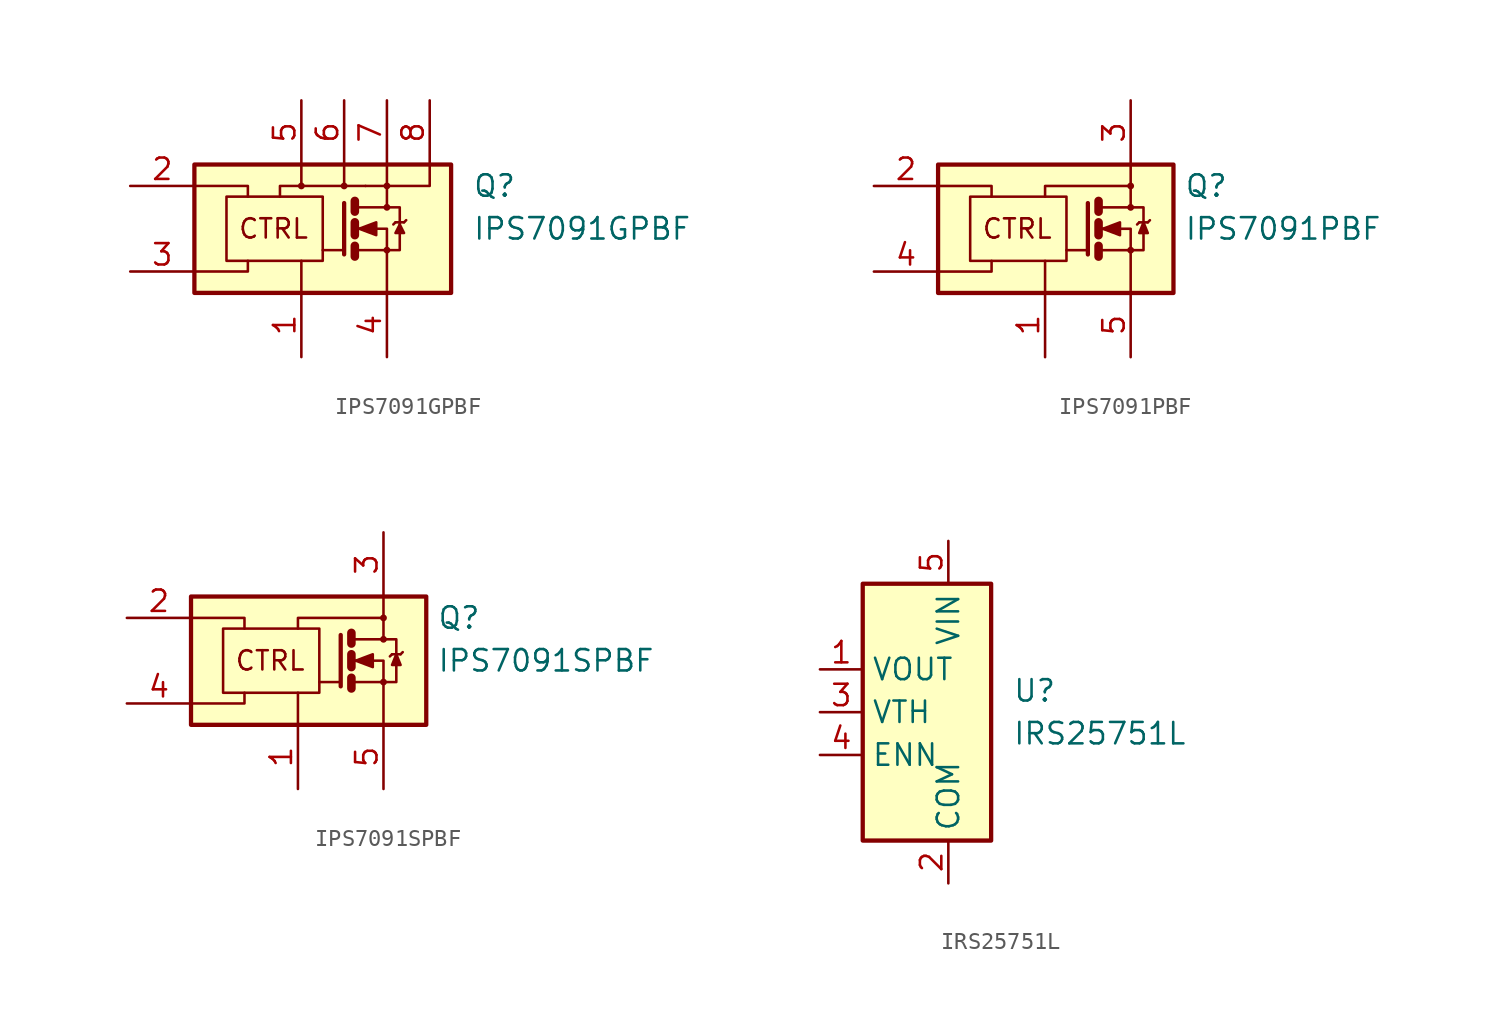
<source format=kicad_sym>
(kicad_symbol_lib
  (version 20231120)
  (generator "kicad_symbol_editor")
  (generator_version "8.0")
  (symbol "IPS7091GPBF"
    (pin_names
      (offset 0) hide)
    (property "Reference" "Q"
      (at 10.16 2.54 0)
      (effects (font (size 1.27 1.27)) (justify left)))
    (property "Value" "IPS7091GPBF"
      (at 10.16 0 0)
      (effects (font (size 1.27 1.27)) (justify left)))
    (symbol "IPS7091GPBF_0_0"
      (rectangle (start -6.35 3.81) (end 8.89 -3.81) (stroke (width 0.254) (type default)) (fill (type background)))
      (polyline (pts (xy 0 -3.81) (xy 0 -1.905)) (stroke (width 0) (type default)) (fill (type none)))
      (polyline (pts (xy 0 2.54) (xy 0 3.81)) (stroke (width 0) (type default)) (fill (type none)))
      (polyline (pts (xy 2.54 2.54) (xy 2.54 3.81)) (stroke (width 0) (type default)) (fill (type none)))
      (polyline (pts (xy -6.35 -2.54) (xy -3.175 -2.54) (xy -3.175 -1.905)) (stroke (width 0) (type default)) (fill (type none)))
      (polyline (pts (xy -6.35 2.54) (xy -3.175 2.54) (xy -3.175 1.905)) (stroke (width 0) (type default)) (fill (type none)))
      (polyline (pts (xy -1.27 1.905) (xy -1.27 2.54) (xy 3.81 2.54)) (stroke (width 0) (type default)) (fill (type none)))
      (polyline (pts (xy 3.81 2.54) (xy 5.08 2.54) (xy 5.08 3.81)) (stroke (width 0) (type default)) (fill (type none)))
      (circle (center 0 2.54) (radius 0.127) (stroke (width 0) (type default)) (fill (type none)))
      (circle (center 2.54 2.54) (radius 0.127) (stroke (width 0) (type default)) (fill (type none)))
      (circle (center 5.08 2.54) (radius 0.127) (stroke (width 0) (type default)) (fill (type none)))
      (text "CTRL" (at -1.651 0 0) (effects (font (size 1.143 1.143)))))
    (symbol "IPS7091GPBF_0_1"
      (rectangle (start -4.445 1.905) (end 1.27 -1.905) (stroke (width 0) (type default)) (fill (type none)))
      (polyline (pts (xy 2.54 -1.27) (xy 1.27 -1.27)) (stroke (width 0) (type default)) (fill (type none)))
      (polyline (pts (xy 3.175 -1.016) (xy 3.175 -1.651)) (stroke (width 0.508) (type default)) (fill (type none)))
      (polyline (pts (xy 3.175 0.381) (xy 3.175 -0.381)) (stroke (width 0.508) (type default)) (fill (type none)))
      (polyline (pts (xy 3.175 1.651) (xy 3.175 1.016)) (stroke (width 0.508) (type default)) (fill (type none)))
      (polyline (pts (xy 3.302 -1.27) (xy 5.08 -1.27)) (stroke (width 0) (type default)) (fill (type none)))
      (polyline (pts (xy 3.302 1.27) (xy 5.08 1.27)) (stroke (width 0) (type default)) (fill (type none)))
      (polyline (pts (xy 5.08 1.27) (xy 5.08 2.54)) (stroke (width 0) (type default)) (fill (type none)))
      (polyline (pts (xy 5.588 0.381) (xy 5.461 0.254)) (stroke (width 0) (type default)) (fill (type none)))
      (polyline (pts (xy 5.588 0.381) (xy 6.096 0.381)) (stroke (width 0) (type default)) (fill (type none)))
      (polyline (pts (xy 6.096 0.381) (xy 6.223 0.508)) (stroke (width 0) (type default)) (fill (type none)))
      (polyline (pts (xy 2.54 1.524) (xy 2.54 -1.524) (xy 2.54 -1.524)) (stroke (width 0.254) (type default)) (fill (type none)))
      (polyline (pts (xy 3.302 0) (xy 5.08 0) (xy 5.08 -3.81)) (stroke (width 0) (type default)) (fill (type none)))
      (polyline (pts (xy 5.08 2.54) (xy 7.62 2.54) (xy 7.62 3.81)) (stroke (width 0) (type default)) (fill (type none)))
      (polyline (pts (xy 5.08 1.27) (xy 5.842 1.27) (xy 5.842 -1.27) (xy 5.08 -1.27)) (stroke (width 0) (type default)) (fill (type none)))
      (polyline (pts (xy 5.842 0.254) (xy 5.588 -0.254) (xy 6.096 -0.254) (xy 5.842 0.254)) (stroke (width 0) (type default)) (fill (type outline)))
      (polyline (pts (xy 3.429 0) (xy 4.445 0.381) (xy 4.445 -0.381) (xy 3.429 0) (xy 3.556 0) (xy 3.556 0)) (stroke (width 0) (type default)) (fill (type outline)))
      (circle (center 5.08 -1.27) (radius 0.127) (stroke (width 0) (type default)) (fill (type none)))
      (circle (center 5.08 1.27) (radius 0.127) (stroke (width 0) (type default)) (fill (type none))))
    (symbol "IPS7091GPBF_1_1"
      (pin power_in line (at 0 -7.62 90) (length 3.81) (name "GND" (effects (font (size 1.27 1.27)))) (number "1" (effects (font (size 1.27 1.27)))))
      (pin input line (at -10.16 2.54 0) (length 3.81) (name "IN" (effects (font (size 1.27 1.27)))) (number "2" (effects (font (size 1.27 1.27)))))
      (pin bidirectional line (at -10.16 -2.54 0) (length 3.81) (name "DG" (effects (font (size 1.27 1.27)))) (number "3" (effects (font (size 1.27 1.27)))))
      (pin output line (at 5.08 -7.62 90) (length 3.81) (name "OUT" (effects (font (size 1.27 1.27)))) (number "4" (effects (font (size 1.27 1.27)))))
      (pin power_in line (at 0 7.62 270) (length 3.81) (name "VCC" (effects (font (size 1.27 1.27)))) (number "5" (effects (font (size 1.27 1.27)))))
      (pin power_in line (at 2.54 7.62 270) (length 3.81) (name "~" (effects (font (size 1.27 1.27)))) (number "6" (effects (font (size 1.27 1.27)))))
      (pin power_in line (at 5.08 7.62 270) (length 3.81) (name "~" (effects (font (size 1.27 1.27)))) (number "7" (effects (font (size 1.27 1.27)))))
      (pin power_in line (at 7.62 7.62 270) (length 3.81) (name "~" (effects (font (size 1.27 1.27)))) (number "8" (effects (font (size 1.27 1.27)))))))
  (symbol "IPS7091PBF"
    (pin_names
      (offset 0) hide)
    (property "Reference" "Q"
      (at 8.255 2.54 0)
      (effects (font (size 1.27 1.27)) (justify left)))
    (property "Value" "IPS7091PBF"
      (at 8.255 0 0)
      (effects (font (size 1.27 1.27)) (justify left)))
    (symbol "IPS7091PBF_0_0"
      (rectangle (start -6.35 3.81) (end 7.62 -3.81) (stroke (width 0.254) (type default)) (fill (type background)))
      (polyline (pts (xy 0 -3.81) (xy 0 -1.905)) (stroke (width 0) (type default)) (fill (type none)))
      (polyline (pts (xy -6.35 -2.54) (xy -3.175 -2.54) (xy -3.175 -1.905)) (stroke (width 0) (type default)) (fill (type none)))
      (polyline (pts (xy -6.35 2.54) (xy -3.175 2.54) (xy -3.175 1.905)) (stroke (width 0) (type default)) (fill (type none)))
      (polyline (pts (xy 0 1.905) (xy 0 2.54) (xy 5.08 2.54)) (stroke (width 0) (type default)) (fill (type none)))
      (circle (center 5.08 2.54) (radius 0.127) (stroke (width 0) (type default)) (fill (type none)))
      (text "CTRL" (at -1.651 0 0) (effects (font (size 1.143 1.143)))))
    (symbol "IPS7091PBF_0_1"
      (rectangle (start -4.445 1.905) (end 1.27 -1.905) (stroke (width 0) (type default)) (fill (type none)))
      (polyline (pts (xy 2.54 -1.27) (xy 1.27 -1.27)) (stroke (width 0) (type default)) (fill (type none)))
      (polyline (pts (xy 3.175 -1.016) (xy 3.175 -1.651)) (stroke (width 0.508) (type default)) (fill (type none)))
      (polyline (pts (xy 3.175 0.381) (xy 3.175 -0.381)) (stroke (width 0.508) (type default)) (fill (type none)))
      (polyline (pts (xy 3.175 1.651) (xy 3.175 1.016)) (stroke (width 0.508) (type default)) (fill (type none)))
      (polyline (pts (xy 5.588 0.381) (xy 5.461 0.254)) (stroke (width 0) (type default)) (fill (type none)))
      (polyline (pts (xy 5.588 0.381) (xy 6.096 0.381)) (stroke (width 0) (type default)) (fill (type none)))
      (polyline (pts (xy 6.096 0.381) (xy 6.223 0.508)) (stroke (width 0) (type default)) (fill (type none)))
      (polyline (pts (xy 2.54 1.524) (xy 2.54 -1.524) (xy 2.54 -1.524)) (stroke (width 0.254) (type default)) (fill (type none)))
      (polyline (pts (xy 3.302 0) (xy 5.08 0) (xy 5.08 -3.81)) (stroke (width 0) (type default)) (fill (type none)))
      (polyline (pts (xy 5.08 3.81) (xy 5.08 1.27) (xy 3.302 1.27)) (stroke (width 0) (type default)) (fill (type none)))
      (polyline (pts (xy 3.302 -1.27) (xy 5.842 -1.27) (xy 5.842 1.27) (xy 5.08 1.27)) (stroke (width 0) (type default)) (fill (type none)))
      (polyline (pts (xy 5.842 0.381) (xy 5.588 -0.254) (xy 6.096 -0.254) (xy 5.842 0.381)) (stroke (width 0) (type default)) (fill (type outline)))
      (polyline (pts (xy 3.429 0) (xy 4.445 0.381) (xy 4.445 -0.381) (xy 3.429 0) (xy 3.556 0) (xy 3.556 0)) (stroke (width 0) (type default)) (fill (type outline)))
      (circle (center 5.08 -1.27) (radius 0.127) (stroke (width 0) (type default)) (fill (type none)))
      (circle (center 5.08 1.27) (radius 0.127) (stroke (width 0) (type default)) (fill (type none))))
    (symbol "IPS7091PBF_1_1"
      (pin power_in line (at 0 -7.62 90) (length 3.81) (name "GND" (effects (font (size 1.27 1.27)))) (number "1" (effects (font (size 1.27 1.27)))))
      (pin input line (at -10.16 2.54 0) (length 3.81) (name "IN" (effects (font (size 1.27 1.27)))) (number "2" (effects (font (size 1.27 1.27)))))
      (pin power_in line (at 5.08 7.62 270) (length 3.81) (name "VCC" (effects (font (size 1.27 1.27)))) (number "3" (effects (font (size 1.27 1.27)))))
      (pin bidirectional line (at -10.16 -2.54 0) (length 3.81) (name "DG" (effects (font (size 1.27 1.27)))) (number "4" (effects (font (size 1.27 1.27)))))
      (pin output line (at 5.08 -7.62 90) (length 3.81) (name "OUT" (effects (font (size 1.27 1.27)))) (number "5" (effects (font (size 1.27 1.27)))))))
  (symbol "IPS7091SPBF"
    (pin_names
      (offset 0) hide)
    (property "Reference" "Q"
      (at 8.255 2.54 0)
      (effects (font (size 1.27 1.27)) (justify left)))
    (property "Value" "IPS7091SPBF"
      (at 8.255 0 0)
      (effects (font (size 1.27 1.27)) (justify left)))
    (symbol "IPS7091SPBF_0_0"
      (rectangle (start -6.35 3.81) (end 7.62 -3.81) (stroke (width 0.254) (type default)) (fill (type background)))
      (polyline (pts (xy 0 -3.81) (xy 0 -1.905)) (stroke (width 0) (type default)) (fill (type none)))
      (polyline (pts (xy -6.35 -2.54) (xy -3.175 -2.54) (xy -3.175 -1.905)) (stroke (width 0) (type default)) (fill (type none)))
      (polyline (pts (xy -6.35 2.54) (xy -3.175 2.54) (xy -3.175 1.905)) (stroke (width 0) (type default)) (fill (type none)))
      (polyline (pts (xy 0 1.905) (xy 0 2.54) (xy 5.08 2.54)) (stroke (width 0) (type default)) (fill (type none)))
      (circle (center 5.08 2.54) (radius 0.127) (stroke (width 0) (type default)) (fill (type none)))
      (text "CTRL" (at -1.651 0 0) (effects (font (size 1.143 1.143)))))
    (symbol "IPS7091SPBF_0_1"
      (rectangle (start -4.445 1.905) (end 1.27 -1.905) (stroke (width 0) (type default)) (fill (type none)))
      (polyline (pts (xy 2.54 -1.27) (xy 1.27 -1.27)) (stroke (width 0) (type default)) (fill (type none)))
      (polyline (pts (xy 3.175 -1.016) (xy 3.175 -1.651)) (stroke (width 0.508) (type default)) (fill (type none)))
      (polyline (pts (xy 3.175 0.381) (xy 3.175 -0.381)) (stroke (width 0.508) (type default)) (fill (type none)))
      (polyline (pts (xy 3.175 1.651) (xy 3.175 1.016)) (stroke (width 0.508) (type default)) (fill (type none)))
      (polyline (pts (xy 5.08 1.27) (xy 5.08 3.81)) (stroke (width 0) (type default)) (fill (type none)))
      (polyline (pts (xy 5.588 0.381) (xy 5.461 0.254)) (stroke (width 0) (type default)) (fill (type none)))
      (polyline (pts (xy 5.588 0.381) (xy 6.096 0.381)) (stroke (width 0) (type default)) (fill (type none)))
      (polyline (pts (xy 6.096 0.381) (xy 6.223 0.508)) (stroke (width 0) (type default)) (fill (type none)))
      (polyline (pts (xy 2.54 1.524) (xy 2.54 -1.524) (xy 2.54 -1.524)) (stroke (width 0.254) (type default)) (fill (type none)))
      (polyline (pts (xy 3.302 0) (xy 5.08 0) (xy 5.08 -3.81)) (stroke (width 0) (type default)) (fill (type none)))
      (polyline (pts (xy 3.302 -1.27) (xy 5.842 -1.27) (xy 5.842 1.27) (xy 3.302 1.27)) (stroke (width 0) (type default)) (fill (type none)))
      (polyline (pts (xy 5.842 0.381) (xy 5.588 -0.254) (xy 6.096 -0.254) (xy 5.842 0.381)) (stroke (width 0) (type default)) (fill (type outline)))
      (polyline (pts (xy 3.429 0) (xy 4.445 0.381) (xy 4.445 -0.381) (xy 3.429 0) (xy 3.556 0) (xy 3.556 0)) (stroke (width 0) (type default)) (fill (type outline)))
      (circle (center 5.08 -1.27) (radius 0.127) (stroke (width 0) (type default)) (fill (type none)))
      (circle (center 5.08 1.27) (radius 0.127) (stroke (width 0) (type default)) (fill (type none))))
    (symbol "IPS7091SPBF_1_1"
      (pin power_in line (at 0 -7.62 90) (length 3.81) (name "GND" (effects (font (size 1.27 1.27)))) (number "1" (effects (font (size 1.27 1.27)))))
      (pin input line (at -10.16 2.54 0) (length 3.81) (name "IN" (effects (font (size 1.27 1.27)))) (number "2" (effects (font (size 1.27 1.27)))))
      (pin power_in line (at 5.08 7.62 270) (length 3.81) (name "VCC" (effects (font (size 1.27 1.27)))) (number "3" (effects (font (size 1.27 1.27)))))
      (pin bidirectional line (at -10.16 -2.54 0) (length 3.81) (name "DG" (effects (font (size 1.27 1.27)))) (number "4" (effects (font (size 1.27 1.27)))))
      (pin output line (at 5.08 -7.62 90) (length 3.81) (name "OUT" (effects (font (size 1.27 1.27)))) (number "5" (effects (font (size 1.27 1.27)))))))
  (symbol "IRS25751L"
    (property "Reference" "U"
      (at 3.81 1.27 0)
      (effects (font (size 1.27 1.27)) (justify left)))
    (property "Value" "IRS25751L"
      (at 3.81 -1.27 0)
      (effects (font (size 1.27 1.27)) (justify left)))
    (symbol "IRS25751L_0_1"
      (rectangle (start -5.08 -7.62) (end 2.54 7.62) (stroke (width 0.254) (type default)) (fill (type background))))
    (symbol "IRS25751L_1_1"
      (pin power_out line (at -7.62 2.54 0) (length 2.54) (name "VOUT" (effects (font (size 1.27 1.27)))) (number "1" (effects (font (size 1.27 1.27)))))
      (pin power_in line (at 0 -10.16 90) (length 2.54) (name "COM" (effects (font (size 1.27 1.27)))) (number "2" (effects (font (size 1.27 1.27)))))
      (pin input line (at -7.62 0 0) (length 2.54) (name "VTH" (effects (font (size 1.27 1.27)))) (number "3" (effects (font (size 1.27 1.27)))))
      (pin input line (at -7.62 -2.54 0) (length 2.54) (name "ENN" (effects (font (size 1.27 1.27)))) (number "4" (effects (font (size 1.27 1.27)))))
      (pin power_in line (at 0 10.16 270) (length 2.54) (name "VIN" (effects (font (size 1.27 1.27)))) (number "5" (effects (font (size 1.27 1.27))))))))
</source>
